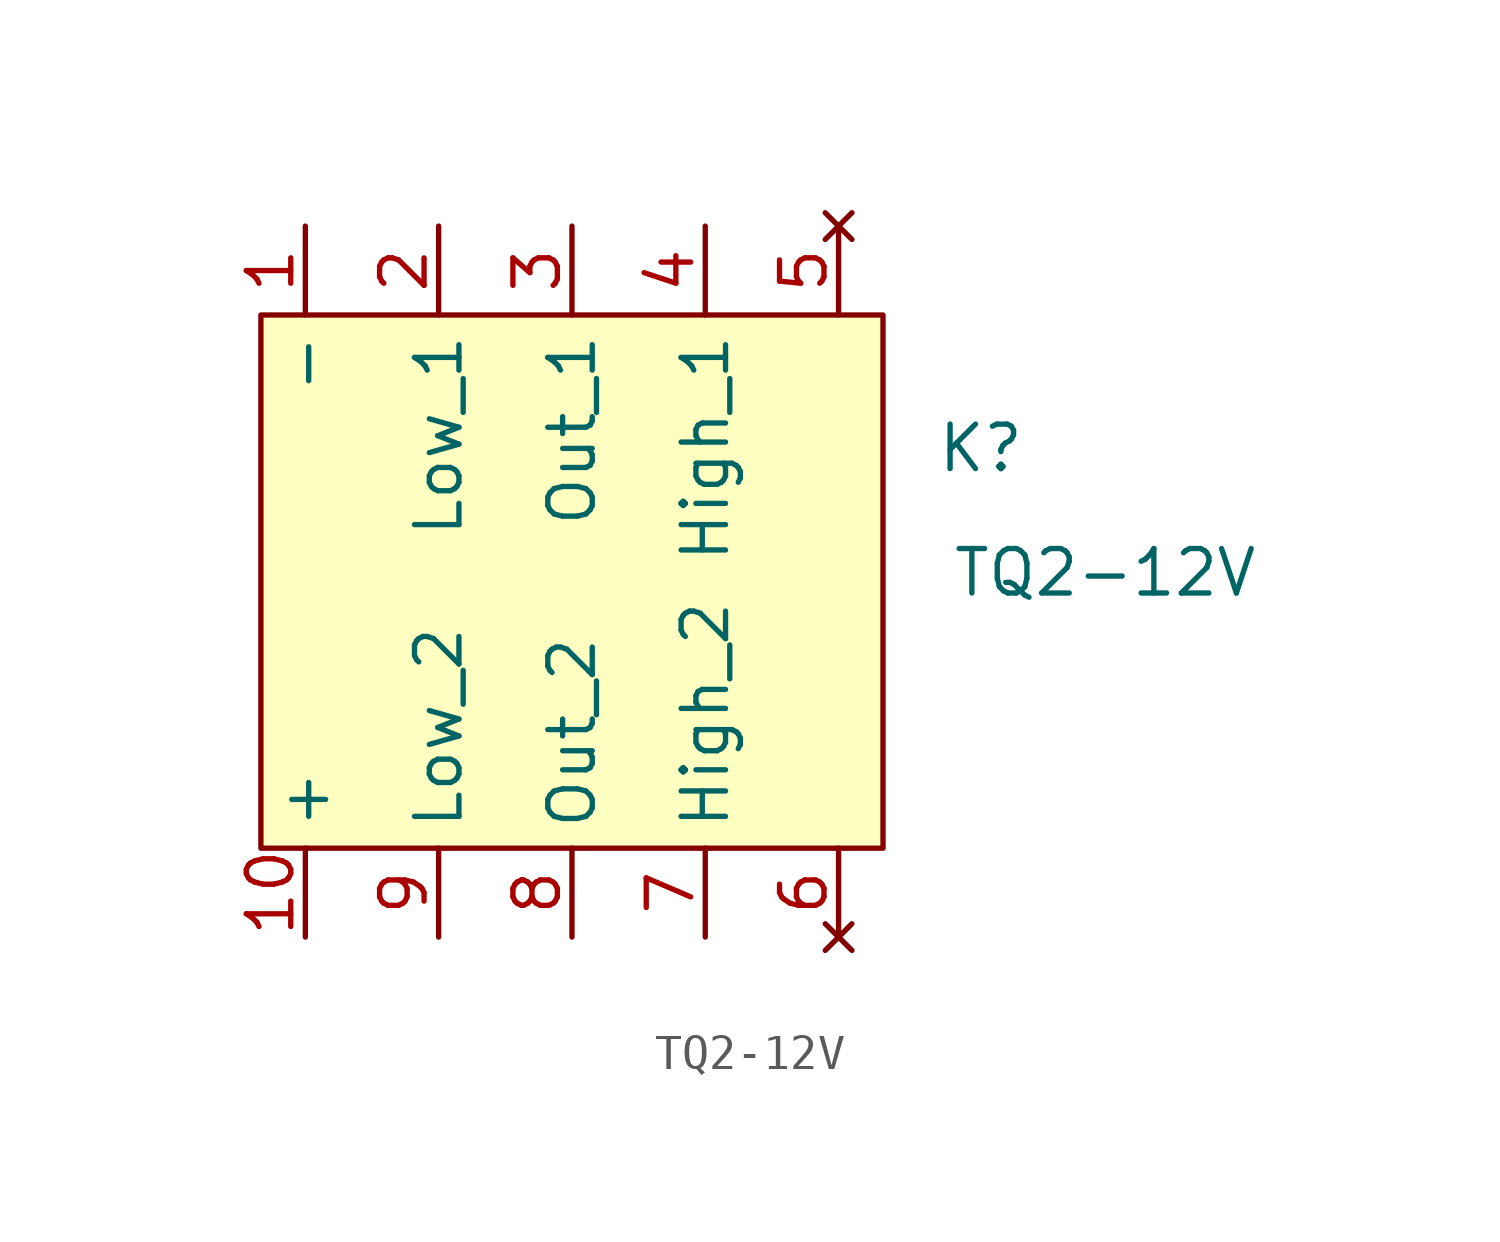
<source format=kicad_sym>
(kicad_symbol_lib
  (version 20231120)
  (generator "kicad_symbol_editor")
  (generator_version "8.0")
  (symbol "TQ2-12V"
    (property "Reference" "K"
      (at -6.096 1.27 0)
      (effects (font (size 1.27 1.27))))
    (property "Value" ""
      (at 0 0 0)
      (effects (font (size 1.27 1.27))))
    (symbol "TQ2-12V_1_1"
      (rectangle (start -26.67 5.08) (end -8.89 -10.16) (stroke (width 0) (type default)) (fill (type background)))
      (text "TQ2-12V" (at -2.54 -2.286 0) (effects (font (size 1.27 1.27) (color 0 100 100 1))))
      (pin input line (at -25.4 7.62 270) (length 2.54) (name "-" (effects (font (size 1.27 1.27)))) (number "1" (effects (font (size 1.27 1.27)))))
      (pin input line (at -25.4 -12.7 90) (length 2.54) (name "+" (effects (font (size 1.27 1.27)))) (number "10" (effects (font (size 1.27 1.27)))))
      (pin input line (at -21.59 7.62 270) (length 2.54) (name "Low_1" (effects (font (size 1.27 1.27)))) (number "2" (effects (font (size 1.27 1.27)))))
      (pin output line (at -17.78 7.62 270) (length 2.54) (name "Out_1" (effects (font (size 1.27 1.27)))) (number "3" (effects (font (size 1.27 1.27)))))
      (pin input line (at -13.97 7.62 270) (length 2.54) (name "High_1" (effects (font (size 1.27 1.27)))) (number "4" (effects (font (size 1.27 1.27)))))
      (pin no_connect line (at -10.16 7.62 270) (length 2.54) (name "" (effects (font (size 1.27 1.27)))) (number "5" (effects (font (size 1.27 1.27)))))
      (pin no_connect line (at -10.16 -12.7 90) (length 2.54) (name "" (effects (font (size 1.27 1.27)))) (number "6" (effects (font (size 1.27 1.27)))))
      (pin input line (at -13.97 -12.7 90) (length 2.54) (name "High_2" (effects (font (size 1.27 1.27)))) (number "7" (effects (font (size 1.27 1.27)))))
      (pin output line (at -17.78 -12.7 90) (length 2.54) (name "Out_2" (effects (font (size 1.27 1.27)))) (number "8" (effects (font (size 1.27 1.27)))))
      (pin input line (at -21.59 -12.7 90) (length 2.54) (name "Low_2" (effects (font (size 1.27 1.27)))) (number "9" (effects (font (size 1.27 1.27))))))))
</source>
